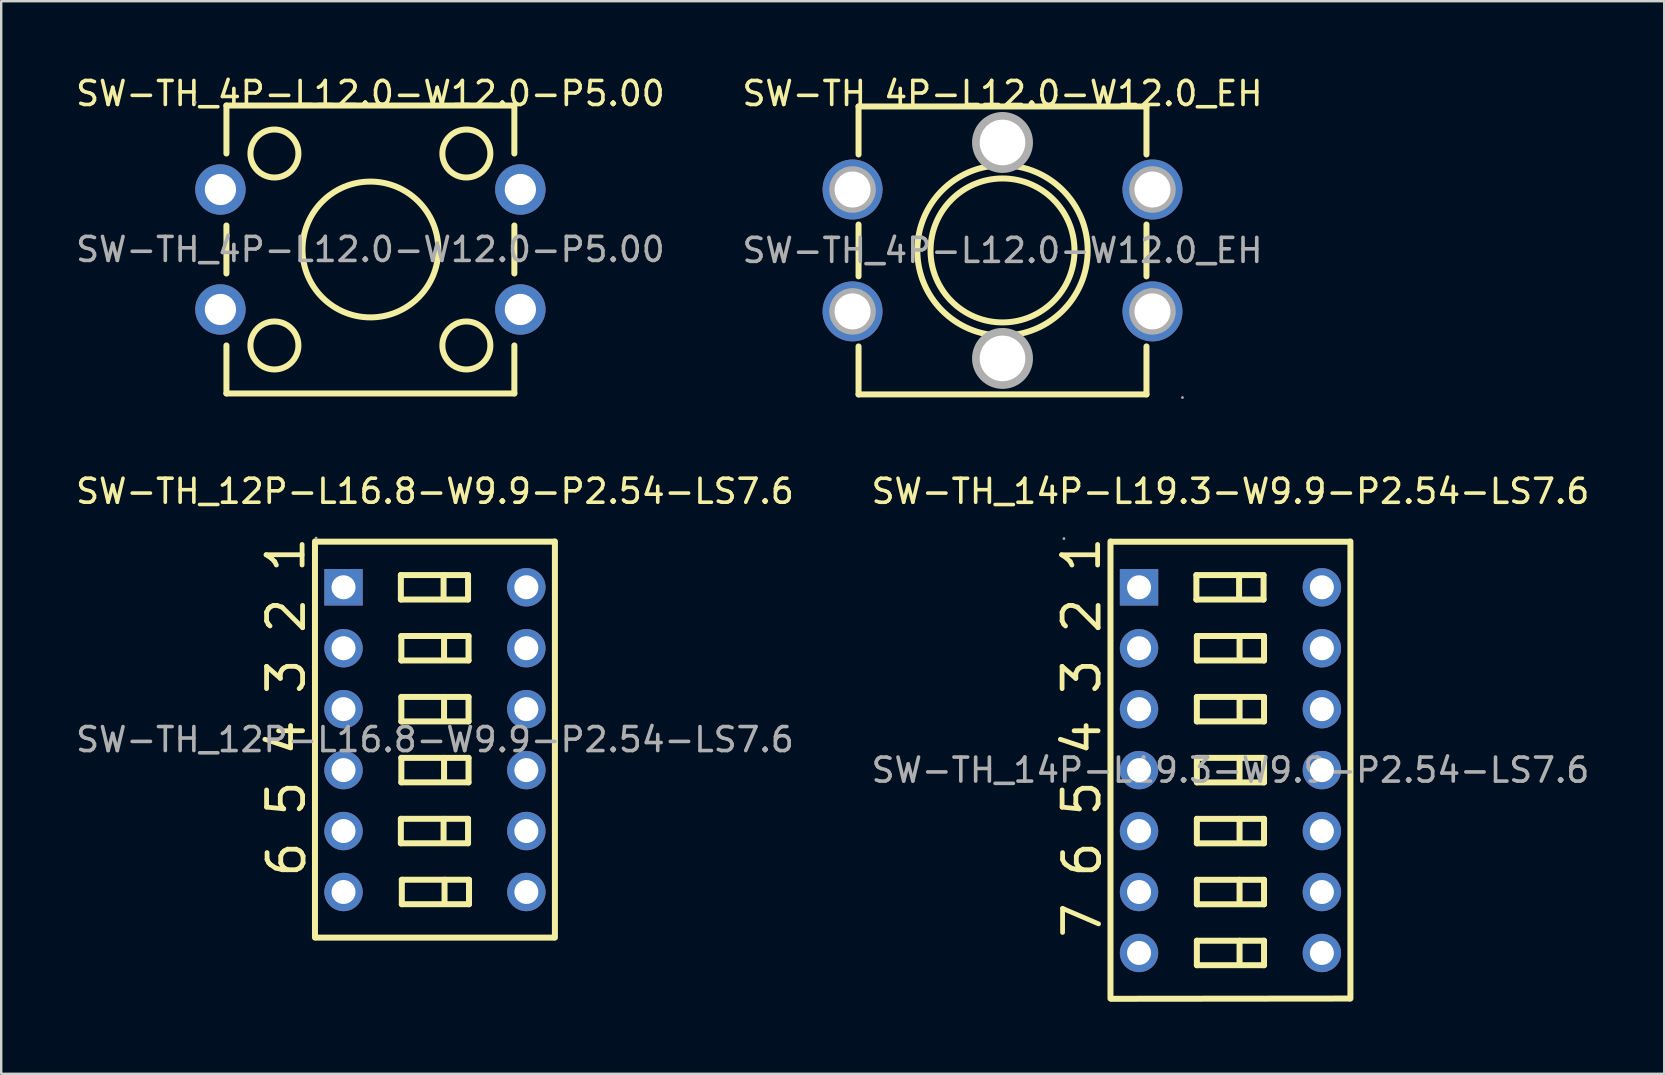
<source format=kicad_pcb>
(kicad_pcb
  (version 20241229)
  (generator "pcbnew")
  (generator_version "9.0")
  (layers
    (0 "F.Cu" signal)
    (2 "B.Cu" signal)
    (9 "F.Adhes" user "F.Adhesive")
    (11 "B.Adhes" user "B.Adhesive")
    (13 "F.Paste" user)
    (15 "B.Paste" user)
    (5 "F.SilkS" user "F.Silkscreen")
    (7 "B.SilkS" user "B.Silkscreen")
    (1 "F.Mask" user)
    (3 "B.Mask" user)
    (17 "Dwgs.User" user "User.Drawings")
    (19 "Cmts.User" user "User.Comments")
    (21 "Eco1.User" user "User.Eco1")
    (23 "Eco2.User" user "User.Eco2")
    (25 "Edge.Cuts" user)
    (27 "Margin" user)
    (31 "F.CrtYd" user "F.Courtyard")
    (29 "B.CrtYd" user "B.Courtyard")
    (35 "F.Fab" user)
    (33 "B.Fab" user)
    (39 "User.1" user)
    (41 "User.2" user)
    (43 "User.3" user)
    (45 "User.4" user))
  (footprint "SW-TH_12P-L16.8-W9.9-P2.54-LS7.6"
    (layer "F.Cu")
    (at 15.077 27.776)
    (property "Reference" "SW-TH_12P-L16.8-W9.9-P2.54-LS7.6" (at 0 -10.35 0) (layer "F.SilkS") (effects (font (size 1 1) (thickness 0.15))))
    (attr through_hole)
    (fp_line (start -5 -8.26) (end -5 8.25) (stroke (width 0.25) (type solid)) (layer "F.SilkS"))
    (fp_line (start -4.95 -8.25) (end 4.95 -8.25) (stroke (width 0.25) (type solid)) (layer "F.SilkS"))
    (fp_line (start -4.95 8.25) (end 4.95 8.25) (stroke (width 0.25) (type solid)) (layer "F.SilkS"))
    (fp_line (start -1.42 -6.86) (end -1.42 -5.84) (stroke (width 0.25) (type solid)) (layer "F.SilkS"))
    (fp_line (start -1.42 -5.84) (end 1.38 -5.84) (stroke (width 0.25) (type solid)) (layer "F.SilkS"))
    (fp_line (start -1.42 3.3) (end -1.42 4.32) (stroke (width 0.25) (type solid)) (layer "F.SilkS"))
    (fp_line (start -1.42 4.32) (end 1.38 4.32) (stroke (width 0.25) (type solid)) (layer "F.SilkS"))
    (fp_line (start -1.4 -4.32) (end -1.4 -3.3) (stroke (width 0.25) (type solid)) (layer "F.SilkS"))
    (fp_line (start -1.4 -3.3) (end 1.4 -3.3) (stroke (width 0.25) (type solid)) (layer "F.SilkS"))
    (fp_line (start -1.4 -1.78) (end -1.4 -0.76) (stroke (width 0.25) (type solid)) (layer "F.SilkS"))
    (fp_line (start -1.4 -0.76) (end 1.4 -0.76) (stroke (width 0.25) (type solid)) (layer "F.SilkS"))
    (fp_line (start -1.4 0.76) (end -1.4 1.78) (stroke (width 0.25) (type solid)) (layer "F.SilkS"))
    (fp_line (start -1.4 1.78) (end 1.4 1.78) (stroke (width 0.25) (type solid)) (layer "F.SilkS"))
    (fp_line (start -1.38 5.84) (end -1.38 6.86) (stroke (width 0.25) (type solid)) (layer "F.SilkS"))
    (fp_line (start -1.38 6.86) (end 1.42 6.86) (stroke (width 0.25) (type solid)) (layer "F.SilkS"))
    (fp_line (start 0.36 -6.86) (end 0.36 -5.97) (stroke (width 0.25) (type solid)) (layer "F.SilkS"))
    (fp_line (start 0.36 3.3) (end 0.36 4.19) (stroke (width 0.25) (type solid)) (layer "F.SilkS"))
    (fp_line (start 0.38 -4.32) (end 0.38 -3.43) (stroke (width 0.25) (type solid)) (layer "F.SilkS"))
    (fp_line (start 0.38 -1.78) (end 0.38 -0.89) (stroke (width 0.25) (type solid)) (layer "F.SilkS"))
    (fp_line (start 0.38 0.76) (end 0.38 1.65) (stroke (width 0.25) (type solid)) (layer "F.SilkS"))
    (fp_line (start 0.4 5.84) (end 0.4 6.73) (stroke (width 0.25) (type solid)) (layer "F.SilkS"))
    (fp_line (start 1.38 -6.86) (end -1.42 -6.86) (stroke (width 0.25) (type solid)) (layer "F.SilkS"))
    (fp_line (start 1.38 -5.84) (end 1.38 -6.86) (stroke (width 0.25) (type solid)) (layer "F.SilkS"))
    (fp_line (start 1.38 3.3) (end -1.42 3.3) (stroke (width 0.25) (type solid)) (layer "F.SilkS"))
    (fp_line (start 1.38 4.32) (end 1.38 3.3) (stroke (width 0.25) (type solid)) (layer "F.SilkS"))
    (fp_line (start 1.4 -4.32) (end -1.4 -4.32) (stroke (width 0.25) (type solid)) (layer "F.SilkS"))
    (fp_line (start 1.4 -3.3) (end 1.4 -4.32) (stroke (width 0.25) (type solid)) (layer "F.SilkS"))
    (fp_line (start 1.4 -1.78) (end -1.4 -1.78) (stroke (width 0.25) (type solid)) (layer "F.SilkS"))
    (fp_line (start 1.4 -0.76) (end 1.4 -1.78) (stroke (width 0.25) (type solid)) (layer "F.SilkS"))
    (fp_line (start 1.4 0.76) (end -1.4 0.76) (stroke (width 0.25) (type solid)) (layer "F.SilkS"))
    (fp_line (start 1.4 1.78) (end 1.4 0.76) (stroke (width 0.25) (type solid)) (layer "F.SilkS"))
    (fp_line (start 1.42 5.84) (end -1.38 5.84) (stroke (width 0.25) (type solid)) (layer "F.SilkS"))
    (fp_line (start 1.42 6.86) (end 1.42 5.84) (stroke (width 0.25) (type solid)) (layer "F.SilkS"))
    (fp_line (start 5 -8.26) (end 5 8.25) (stroke (width 0.25) (type solid)) (layer "F.SilkS"))
    (fp_circle (center -4.95 -8.4) (end -4.92 -8.4) (stroke (width 0.06) (type solid)) (fill no) (layer "F.Fab"))
    (fp_text user "1" (at -6.22 -6.86 270) (layer "F.SilkS") (effects (font (size 1.5 1.5) (thickness 0.2)) (justify left)))
    (fp_text user "2" (at -6.2 -4.32 270) (layer "F.SilkS") (effects (font (size 1.5 1.5) (thickness 0.2)) (justify left)))
    (fp_text user "5" (at -6.2 3.3 270) (layer "F.SilkS") (effects (font (size 1.5 1.5) (thickness 0.2)) (justify left)))
    (fp_text user "3" (at -6.2 -1.78 270) (layer "F.SilkS") (effects (font (size 1.5 1.5) (thickness 0.2)) (justify left)))
    (fp_text user "6" (at -6.18 5.84 270) (layer "F.SilkS") (effects (font (size 1.5 1.5) (thickness 0.2)) (justify left)))
    (fp_text user "4" (at -6.2 0.76 270) (layer "F.SilkS") (effects (font (size 1.5 1.5) (thickness 0.2)) (justify left)))
    (fp_text user "${REFERENCE}" (at 0 0 0) (layer "F.Fab") (effects (font (size 1 1) (thickness 0.15))))
    (pad "1" thru_hole rect (at -3.81 -6.35) (size 1.6 1.52) (drill 1) (layers "*.Cu" "*.Paste" "*.Mask"))
    (pad "2" thru_hole circle (at -3.81 -3.81) (size 1.6 1.6) (drill 1) (layers "*.Cu" "*.Paste" "*.Mask"))
    (pad "3" thru_hole circle (at -3.81 -1.27) (size 1.6 1.6) (drill 1) (layers "*.Cu" "*.Paste" "*.Mask"))
    (pad "4" thru_hole circle (at -3.81 1.27) (size 1.6 1.6) (drill 1) (layers "*.Cu" "*.Paste" "*.Mask"))
    (pad "5" thru_hole circle (at -3.81 3.81) (size 1.6 1.6) (drill 1) (layers "*.Cu" "*.Paste" "*.Mask"))
    (pad "6" thru_hole circle (at -3.81 6.35) (size 1.6 1.6) (drill 1) (layers "*.Cu" "*.Paste" "*.Mask"))
    (pad "7" thru_hole circle (at 3.81 6.35) (size 1.6 1.6) (drill 1) (layers "*.Cu" "*.Paste" "*.Mask"))
    (pad "8" thru_hole circle (at 3.81 3.81) (size 1.6 1.6) (drill 1) (layers "*.Cu" "*.Paste" "*.Mask"))
    (pad "9" thru_hole circle (at 3.81 1.27) (size 1.6 1.6) (drill 1) (layers "*.Cu" "*.Paste" "*.Mask"))
    (pad "10" thru_hole circle (at 3.81 -1.27) (size 1.6 1.6) (drill 1) (layers "*.Cu" "*.Paste" "*.Mask"))
    (pad "11" thru_hole circle (at 3.81 -3.81) (size 1.6 1.6) (drill 1) (layers "*.Cu" "*.Paste" "*.Mask"))
    (pad "12" thru_hole circle (at 3.81 -6.35) (size 1.6 1.6) (drill 1) (layers "*.Cu" "*.Paste" "*.Mask")))
  (footprint "SW-TH_4P-L12.0-W12.0_EH"
    (layer "F.Cu")
    (at 38.732 7.388)
    (property "Reference" "SW-TH_4P-L12.0-W12.0_EH" (at 0 -6.54 0) (layer "F.SilkS") (effects (font (size 1 1) (thickness 0.15))))
    (attr through_hole)
    (fp_line (start -6 -6) (end -6 -4) (stroke (width 0.25) (type solid)) (layer "F.SilkS"))
    (fp_line (start -6 -6) (end 6 -6) (stroke (width 0.25) (type solid)) (layer "F.SilkS"))
    (fp_line (start -6 -1.08) (end -6 1.08) (stroke (width 0.25) (type solid)) (layer "F.SilkS"))
    (fp_line (start -6 4) (end -6 6) (stroke (width 0.25) (type solid)) (layer "F.SilkS"))
    (fp_line (start 6 -6) (end 6 -4) (stroke (width 0.25) (type solid)) (layer "F.SilkS"))
    (fp_line (start 6 -1.08) (end 6 1.08) (stroke (width 0.25) (type solid)) (layer "F.SilkS"))
    (fp_line (start 6 4) (end 6 6) (stroke (width 0.25) (type solid)) (layer "F.SilkS"))
    (fp_line (start 6 6) (end -6 6) (stroke (width 0.25) (type solid)) (layer "F.SilkS"))
    (fp_circle (center 0 0) (end 3 0) (stroke (width 0.25) (type solid)) (fill no) (layer "F.SilkS"))
    (fp_circle (center 0 0) (end 3.55 0) (stroke (width 0.25) (type solid)) (fill no) (layer "F.SilkS"))
    (fp_circle (center -6.25 -2.54) (end -5.93 -2.54) (stroke (width 0.65) (type solid)) (fill no) (layer "F.Fab"))
    (fp_circle (center -6.25 2.54) (end -5.93 2.54) (stroke (width 0.65) (type solid)) (fill no) (layer "F.Fab"))
    (fp_circle (center 0 -4.5) (end 0.42 -4.5) (stroke (width 0.85) (type solid)) (fill no) (layer "F.Fab"))
    (fp_circle (center 0 4.5) (end 0.42 4.5) (stroke (width 0.85) (type solid)) (fill no) (layer "F.Fab"))
    (fp_circle (center 6.25 -2.54) (end 6.57 -2.54) (stroke (width 0.65) (type solid)) (fill no) (layer "F.Fab"))
    (fp_circle (center 6.25 2.54) (end 6.57 2.54) (stroke (width 0.65) (type solid)) (fill no) (layer "F.Fab"))
    (fp_circle (center 7.5 6.13) (end 7.53 6.13) (stroke (width 0.06) (type solid)) (fill no) (layer "F.Fab"))
    (fp_text user "${REFERENCE}" (at 0 0 0) (layer "F.Fab") (effects (font (size 1 1) (thickness 0.15))))
    (pad "" thru_hole circle (at 0 -4.5) (size 1.9 1.9) (drill 1.9) (layers "*.Cu" "*.Mask"))
    (pad "" thru_hole circle (at 0 4.5) (size 1.9 1.9) (drill 1.9) (layers "*.Cu" "*.Mask"))
    (pad "1" thru_hole circle (at 6.25 2.54 180) (size 2.5 2.5) (drill 1.5) (layers "*.Cu" "*.Paste" "*.Mask"))
    (pad "2" thru_hole circle (at -6.25 2.54 180) (size 2.5 2.5) (drill 1.5) (layers "*.Cu" "*.Paste" "*.Mask"))
    (pad "3" thru_hole circle (at 6.25 -2.54 180) (size 2.5 2.5) (drill 1.5) (layers "*.Cu" "*.Paste" "*.Mask"))
    (pad "4" thru_hole circle (at -6.25 -2.54 180) (size 2.5 2.5) (drill 1.5) (layers "*.Cu" "*.Paste" "*.Mask")))
  (footprint "SW-TH_4P-L12.0-W12.0-P5.00"
    (layer "F.Cu")
    (at 12.387 7.348)
    (property "Reference" "SW-TH_4P-L12.0-W12.0-P5.00" (at 0 -6.5 0) (layer "F.SilkS") (effects (font (size 1 1) (thickness 0.15))))
    (attr through_hole)
    (fp_line (start -6 -6) (end -6 -4) (stroke (width 0.25) (type solid)) (layer "F.SilkS"))
    (fp_line (start -6 -1) (end -6 1) (stroke (width 0.25) (type solid)) (layer "F.SilkS"))
    (fp_line (start -6 4) (end -6 6) (stroke (width 0.25) (type solid)) (layer "F.SilkS"))
    (fp_line (start 6 -6) (end -6 -6) (stroke (width 0.25) (type solid)) (layer "F.SilkS"))
    (fp_line (start 6 -6) (end 6 -4) (stroke (width 0.25) (type solid)) (layer "F.SilkS"))
    (fp_line (start 6 -1) (end 6 1) (stroke (width 0.25) (type solid)) (layer "F.SilkS"))
    (fp_line (start 6 4) (end 6 6) (stroke (width 0.25) (type solid)) (layer "F.SilkS"))
    (fp_line (start 6 6) (end -6 6) (stroke (width 0.25) (type solid)) (layer "F.SilkS"))
    (fp_circle (center -4 -4) (end -3 -4) (stroke (width 0.25) (type solid)) (fill no) (layer "F.SilkS"))
    (fp_circle (center -4 4) (end -3 4) (stroke (width 0.25) (type solid)) (fill no) (layer "F.SilkS"))
    (fp_circle (center 0 0) (end 2.83 0) (stroke (width 0.25) (type solid)) (fill no) (layer "F.SilkS"))
    (fp_circle (center 4 -4) (end 5 -4) (stroke (width 0.25) (type solid)) (fill no) (layer "F.SilkS"))
    (fp_circle (center 4 4) (end 5 4) (stroke (width 0.25) (type solid)) (fill no) (layer "F.SilkS"))
    (fp_circle (center -7.3 -6.13) (end -7.27 -6.13) (stroke (width 0.06) (type solid)) (fill no) (layer "F.Fab"))
    (fp_circle (center -6.25 -2.5) (end -5.97 -2.5) (stroke (width 0.55) (type solid)) (fill no) (layer "F.Fab"))
    (fp_circle (center -6.25 2.5) (end -5.97 2.5) (stroke (width 0.55) (type solid)) (fill no) (layer "F.Fab"))
    (fp_circle (center 6.25 -2.5) (end 6.53 -2.5) (stroke (width 0.55) (type solid)) (fill no) (layer "F.Fab"))
    (fp_circle (center 6.25 2.5) (end 6.53 2.5) (stroke (width 0.55) (type solid)) (fill no) (layer "F.Fab"))
    (fp_text user "${REFERENCE}" (at 0 0 0) (layer "F.Fab") (effects (font (size 1 1) (thickness 0.15))))
    (pad "1" thru_hole circle (at -6.25 -2.5 180) (size 2.1 2.1) (drill 1.3) (layers "*.Cu" "*.Paste" "*.Mask"))
    (pad "2" thru_hole circle (at 6.25 -2.5 180) (size 2.1 2.1) (drill 1.3) (layers "*.Cu" "*.Paste" "*.Mask"))
    (pad "3" thru_hole circle (at -6.25 2.5 180) (size 2.1 2.1) (drill 1.3) (layers "*.Cu" "*.Paste" "*.Mask"))
    (pad "4" thru_hole circle (at 6.25 2.5 180) (size 2.1 2.1) (drill 1.3) (layers "*.Cu" "*.Paste" "*.Mask")))
  (footprint "SW-TH_14P-L19.3-W9.9-P2.54-LS7.6"
    (layer "F.Cu")
    (at 48.232 29.047)
    (property "Reference" "SW-TH_14P-L19.3-W9.9-P2.54-LS7.6" (at 0 -11.62 0) (layer "F.SilkS") (effects (font (size 1 1) (thickness 0.15))))
    (attr through_hole)
    (fp_line (start -5 -9.53) (end -5 9.52) (stroke (width 0.25) (type solid)) (layer "F.SilkS"))
    (fp_line (start -4.95 -9.52) (end 4.95 -9.52) (stroke (width 0.25) (type solid)) (layer "F.SilkS"))
    (fp_line (start -4.95 9.53) (end 4.95 9.52) (stroke (width 0.25) (type solid)) (layer "F.SilkS"))
    (fp_line (start -1.42 -8.13) (end -1.42 -7.11) (stroke (width 0.25) (type solid)) (layer "F.SilkS"))
    (fp_line (start -1.42 -7.11) (end 1.38 -7.11) (stroke (width 0.25) (type solid)) (layer "F.SilkS"))
    (fp_line (start -1.4 -5.59) (end -1.4 -4.57) (stroke (width 0.25) (type solid)) (layer "F.SilkS"))
    (fp_line (start -1.4 -4.57) (end 1.4 -4.57) (stroke (width 0.25) (type solid)) (layer "F.SilkS"))
    (fp_line (start -1.4 -3.05) (end -1.4 -2.03) (stroke (width 0.25) (type solid)) (layer "F.SilkS"))
    (fp_line (start -1.4 -2.03) (end 1.4 -2.03) (stroke (width 0.25) (type solid)) (layer "F.SilkS"))
    (fp_line (start -1.4 -0.51) (end -1.4 0.51) (stroke (width 0.25) (type solid)) (layer "F.SilkS"))
    (fp_line (start -1.4 0.51) (end 1.4 0.51) (stroke (width 0.25) (type solid)) (layer "F.SilkS"))
    (fp_line (start -1.4 2.03) (end -1.4 3.05) (stroke (width 0.25) (type solid)) (layer "F.SilkS"))
    (fp_line (start -1.4 3.05) (end 1.4 3.05) (stroke (width 0.25) (type solid)) (layer "F.SilkS"))
    (fp_line (start -1.4 4.57) (end -1.4 5.59) (stroke (width 0.25) (type solid)) (layer "F.SilkS"))
    (fp_line (start -1.4 5.59) (end 1.4 5.59) (stroke (width 0.25) (type solid)) (layer "F.SilkS"))
    (fp_line (start -1.4 7.11) (end -1.4 8.13) (stroke (width 0.25) (type solid)) (layer "F.SilkS"))
    (fp_line (start -1.4 8.13) (end 1.4 8.13) (stroke (width 0.25) (type solid)) (layer "F.SilkS"))
    (fp_line (start 0.36 -8.13) (end 0.36 -7.24) (stroke (width 0.25) (type solid)) (layer "F.SilkS"))
    (fp_line (start 0.38 -5.59) (end 0.38 -4.7) (stroke (width 0.25) (type solid)) (layer "F.SilkS"))
    (fp_line (start 0.38 -3.05) (end 0.38 -2.16) (stroke (width 0.25) (type solid)) (layer "F.SilkS"))
    (fp_line (start 0.38 -0.51) (end 0.38 0.38) (stroke (width 0.25) (type solid)) (layer "F.SilkS"))
    (fp_line (start 0.38 2.03) (end 0.38 2.92) (stroke (width 0.25) (type solid)) (layer "F.SilkS"))
    (fp_line (start 0.38 4.57) (end 0.38 5.46) (stroke (width 0.25) (type solid)) (layer "F.SilkS"))
    (fp_line (start 0.38 7.11) (end 0.38 8) (stroke (width 0.25) (type solid)) (layer "F.SilkS"))
    (fp_line (start 1.38 -8.13) (end -1.42 -8.13) (stroke (width 0.25) (type solid)) (layer "F.SilkS"))
    (fp_line (start 1.38 -7.11) (end 1.38 -8.13) (stroke (width 0.25) (type solid)) (layer "F.SilkS"))
    (fp_line (start 1.4 -5.59) (end -1.4 -5.59) (stroke (width 0.25) (type solid)) (layer "F.SilkS"))
    (fp_line (start 1.4 -4.57) (end 1.4 -5.59) (stroke (width 0.25) (type solid)) (layer "F.SilkS"))
    (fp_line (start 1.4 -3.05) (end -1.4 -3.05) (stroke (width 0.25) (type solid)) (layer "F.SilkS"))
    (fp_line (start 1.4 -2.03) (end 1.4 -3.05) (stroke (width 0.25) (type solid)) (layer "F.SilkS"))
    (fp_line (start 1.4 -0.51) (end -1.4 -0.51) (stroke (width 0.25) (type solid)) (layer "F.SilkS"))
    (fp_line (start 1.4 0.51) (end 1.4 -0.51) (stroke (width 0.25) (type solid)) (layer "F.SilkS"))
    (fp_line (start 1.4 2.03) (end -1.4 2.03) (stroke (width 0.25) (type solid)) (layer "F.SilkS"))
    (fp_line (start 1.4 3.05) (end 1.4 2.03) (stroke (width 0.25) (type solid)) (layer "F.SilkS"))
    (fp_line (start 1.4 4.57) (end -1.4 4.57) (stroke (width 0.25) (type solid)) (layer "F.SilkS"))
    (fp_line (start 1.4 5.59) (end 1.4 4.57) (stroke (width 0.25) (type solid)) (layer "F.SilkS"))
    (fp_line (start 1.4 7.11) (end -1.4 7.11) (stroke (width 0.25) (type solid)) (layer "F.SilkS"))
    (fp_line (start 1.4 8.13) (end 1.4 7.11) (stroke (width 0.25) (type solid)) (layer "F.SilkS"))
    (fp_line (start 5 -9.53) (end 5 9.52) (stroke (width 0.25) (type solid)) (layer "F.SilkS"))
    (fp_circle (center -6.94 -9.65) (end -6.91 -9.65) (stroke (width 0.06) (type solid)) (fill no) (layer "F.Fab"))
    (fp_circle (center -3.81 -7.62) (end -3.61 -7.62) (stroke (width 0.4) (type solid)) (fill no) (layer "F.Fab"))
    (fp_circle (center -3.81 -5.08) (end -3.61 -5.08) (stroke (width 0.4) (type solid)) (fill no) (layer "F.Fab"))
    (fp_circle (center -3.81 -2.54) (end -3.61 -2.54) (stroke (width 0.4) (type solid)) (fill no) (layer "F.Fab"))
    (fp_circle (center -3.81 0) (end -3.61 0) (stroke (width 0.4) (type solid)) (fill no) (layer "F.Fab"))
    (fp_circle (center -3.81 2.54) (end -3.61 2.54) (stroke (width 0.4) (type solid)) (fill no) (layer "F.Fab"))
    (fp_circle (center -3.81 5.08) (end -3.61 5.08) (stroke (width 0.4) (type solid)) (fill no) (layer "F.Fab"))
    (fp_circle (center -3.81 7.62) (end -3.61 7.62) (stroke (width 0.4) (type solid)) (fill no) (layer "F.Fab"))
    (fp_circle (center 3.81 -7.62) (end 4.01 -7.62) (stroke (width 0.4) (type solid)) (fill no) (layer "F.Fab"))
    (fp_circle (center 3.81 -5.08) (end 4.01 -5.08) (stroke (width 0.4) (type solid)) (fill no) (layer "F.Fab"))
    (fp_circle (center 3.81 -2.54) (end 4.01 -2.54) (stroke (width 0.4) (type solid)) (fill no) (layer "F.Fab"))
    (fp_circle (center 3.81 0) (end 4.01 0) (stroke (width 0.4) (type solid)) (fill no) (layer "F.Fab"))
    (fp_circle (center 3.81 2.54) (end 4.01 2.54) (stroke (width 0.4) (type solid)) (fill no) (layer "F.Fab"))
    (fp_circle (center 3.81 5.08) (end 4.01 5.08) (stroke (width 0.4) (type solid)) (fill no) (layer "F.Fab"))
    (fp_circle (center 3.81 7.62) (end 4.01 7.62) (stroke (width 0.4) (type solid)) (fill no) (layer "F.Fab"))
    (fp_text user "1" (at -6.22 -8.13 270) (layer "F.SilkS") (effects (font (size 1.5 1.5) (thickness 0.2)) (justify left)))
    (fp_text user "6" (at -6.18 4.57 270) (layer "F.SilkS") (effects (font (size 1.5 1.5) (thickness 0.2)) (justify left)))
    (fp_text user "7" (at -6.18 7.11 270) (layer "F.SilkS") (effects (font (size 1.5 1.5) (thickness 0.2)) (justify left)))
    (fp_text user "4" (at -6.2 -0.51 270) (layer "F.SilkS") (effects (font (size 1.5 1.5) (thickness 0.2)) (justify left)))
    (fp_text user "2" (at -6.2 -5.59 270) (layer "F.SilkS") (effects (font (size 1.5 1.5) (thickness 0.2)) (justify left)))
    (fp_text user "5" (at -6.2 2.03 270) (layer "F.SilkS") (effects (font (size 1.5 1.5) (thickness 0.2)) (justify left)))
    (fp_text user "3" (at -6.2 -3.05 270) (layer "F.SilkS") (effects (font (size 1.5 1.5) (thickness 0.2)) (justify left)))
    (fp_text user "${REFERENCE}" (at 0 0 0) (layer "F.Fab") (effects (font (size 1 1) (thickness 0.15))))
    (pad "1" thru_hole rect (at -3.81 -7.62) (size 1.6 1.52) (drill 1) (layers "*.Cu" "*.Paste" "*.Mask"))
    (pad "2" thru_hole circle (at -3.81 -5.08) (size 1.6 1.6) (drill 1) (layers "*.Cu" "*.Paste" "*.Mask"))
    (pad "3" thru_hole circle (at -3.81 -2.54) (size 1.6 1.6) (drill 1) (layers "*.Cu" "*.Paste" "*.Mask"))
    (pad "4" thru_hole circle (at -3.81 0) (size 1.6 1.6) (drill 1) (layers "*.Cu" "*.Paste" "*.Mask"))
    (pad "5" thru_hole circle (at -3.81 2.54) (size 1.6 1.6) (drill 1) (layers "*.Cu" "*.Paste" "*.Mask"))
    (pad "6" thru_hole circle (at -3.81 5.08) (size 1.6 1.6) (drill 1) (layers "*.Cu" "*.Paste" "*.Mask"))
    (pad "7" thru_hole circle (at -3.81 7.62) (size 1.6 1.6) (drill 1) (layers "*.Cu" "*.Paste" "*.Mask"))
    (pad "8" thru_hole circle (at 3.81 7.62) (size 1.6 1.6) (drill 1) (layers "*.Cu" "*.Paste" "*.Mask"))
    (pad "9" thru_hole circle (at 3.81 5.08) (size 1.6 1.6) (drill 1) (layers "*.Cu" "*.Paste" "*.Mask"))
    (pad "10" thru_hole circle (at 3.81 2.54) (size 1.6 1.6) (drill 1) (layers "*.Cu" "*.Paste" "*.Mask"))
    (pad "11" thru_hole circle (at 3.81 0) (size 1.6 1.6) (drill 1) (layers "*.Cu" "*.Paste" "*.Mask"))
    (pad "12" thru_hole circle (at 3.81 -2.54) (size 1.6 1.6) (drill 1) (layers "*.Cu" "*.Paste" "*.Mask"))
    (pad "13" thru_hole circle (at 3.81 -5.08) (size 1.6 1.6) (drill 1) (layers "*.Cu" "*.Paste" "*.Mask"))
    (pad "14" thru_hole circle (at 3.81 -7.62) (size 1.6 1.6) (drill 1) (layers "*.Cu" "*.Paste" "*.Mask")))
  (gr_rect
    (start -3 -3)
    (end 66.31 41.702)
    (stroke (width 0.1) (type default))
    (fill no)
    (layer "Edge.Cuts")))
</source>
